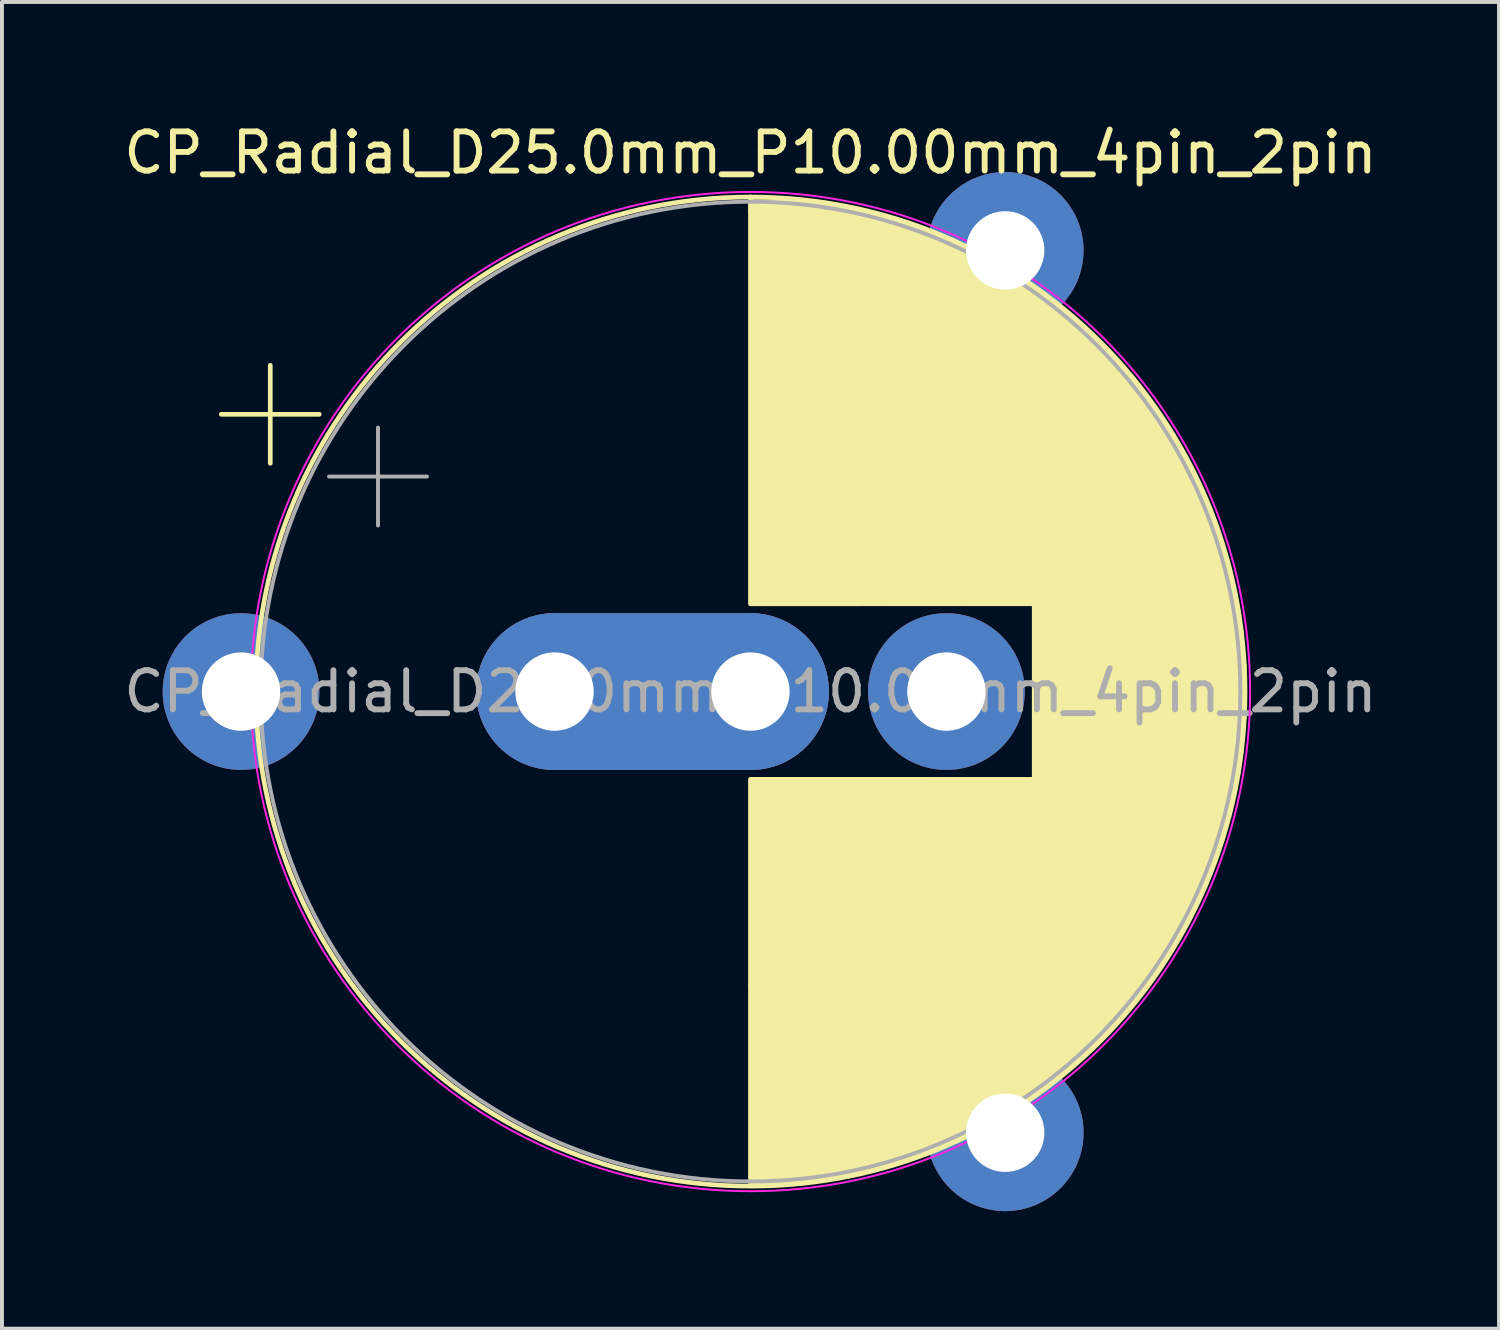
<source format=kicad_pcb>
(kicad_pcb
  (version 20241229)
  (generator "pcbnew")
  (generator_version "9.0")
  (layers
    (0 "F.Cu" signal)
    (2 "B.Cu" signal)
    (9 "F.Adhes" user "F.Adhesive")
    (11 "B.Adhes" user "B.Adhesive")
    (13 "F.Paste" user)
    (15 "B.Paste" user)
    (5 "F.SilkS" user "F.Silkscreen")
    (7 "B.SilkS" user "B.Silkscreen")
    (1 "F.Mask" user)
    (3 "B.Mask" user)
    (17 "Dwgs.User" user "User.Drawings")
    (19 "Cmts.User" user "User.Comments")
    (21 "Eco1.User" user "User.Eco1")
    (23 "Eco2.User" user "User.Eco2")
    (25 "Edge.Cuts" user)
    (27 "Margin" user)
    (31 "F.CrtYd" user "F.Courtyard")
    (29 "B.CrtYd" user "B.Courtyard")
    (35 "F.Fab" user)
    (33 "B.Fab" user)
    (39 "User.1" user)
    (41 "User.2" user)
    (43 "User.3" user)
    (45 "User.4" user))
  (footprint "CP_Radial_D25.0mm_P10.00mm_4pin_2pin"
    (layer "F.Cu")
    (at 11.101 14.598)
    (property "Reference" "CP_Radial_D25.0mm_P10.00mm_4pin_2pin" (at 5 -13.75 0) (layer "F.SilkS") (effects (font (size 1 1) (thickness 0.15))))
    (attr through_hole)
    (fp_line (start 0 0) (end 5 0) (stroke (width 4) (type default)) (layer "F.Cu"))
    (fp_line (start 0 0) (end 5 0) (stroke (width 4) (type default)) (layer "B.Cu"))
    (fp_line (start 0 0) (end 5 0) (stroke (width 4) (type default)) (layer "B.Mask"))
    (fp_line (start -8.504 -7.075) (end -6.004 -7.075) (stroke (width 0.12) (type solid)) (layer "F.SilkS"))
    (fp_line (start -7.254 -8.325) (end -7.254 -5.825) (stroke (width 0.12) (type solid)) (layer "F.SilkS"))
    (fp_line (start 5 -12.5) (end 6.5 -12.5) (stroke (width 0.12) (type default)) (layer "F.SilkS"))
    (fp_line (start 5 -12.4) (end 6.5 -12.4) (stroke (width 0.12) (type default)) (layer "F.SilkS"))
    (fp_line (start 5 -12.35) (end 6.45 -12.35) (stroke (width 0.12) (type default)) (layer "F.SilkS"))
    (fp_line (start 5 -12.25) (end 5 -12.62) (stroke (width 0.12) (type default)) (layer "F.SilkS"))
    (fp_line (start 5 7.49) (end 5 12.581) (stroke (width 0.12) (type solid)) (layer "F.SilkS"))
    (fp_line (start 5.04 7.49) (end 5.04 12.58) (stroke (width 0.12) (type solid)) (layer "F.SilkS"))
    (fp_line (start 5.08 7.49) (end 5.08 12.58) (stroke (width 0.12) (type solid)) (layer "F.SilkS"))
    (fp_line (start 5.12 7.49) (end 5.12 12.58) (stroke (width 0.12) (type solid)) (layer "F.SilkS"))
    (fp_line (start 5.16 7.49) (end 5.16 12.579) (stroke (width 0.12) (type solid)) (layer "F.SilkS"))
    (fp_line (start 5.2 7.49) (end 5.2 12.579) (stroke (width 0.12) (type solid)) (layer "F.SilkS"))
    (fp_line (start 5.24 7.49) (end 5.24 12.578) (stroke (width 0.12) (type solid)) (layer "F.SilkS"))
    (fp_line (start 5.28 7.49) (end 5.28 12.577) (stroke (width 0.12) (type solid)) (layer "F.SilkS"))
    (fp_line (start 5.32 7.49) (end 5.32 12.576) (stroke (width 0.12) (type solid)) (layer "F.SilkS"))
    (fp_line (start 5.36 7.49) (end 5.36 12.575) (stroke (width 0.12) (type solid)) (layer "F.SilkS"))
    (fp_line (start 5.4 7.49) (end 5.4 12.574) (stroke (width 0.12) (type solid)) (layer "F.SilkS"))
    (fp_line (start 5.44 7.49) (end 5.44 12.573) (stroke (width 0.12) (type solid)) (layer "F.SilkS"))
    (fp_line (start 5.48 7.49) (end 5.48 12.571) (stroke (width 0.12) (type solid)) (layer "F.SilkS"))
    (fp_line (start 5.52 7.49) (end 5.52 12.57) (stroke (width 0.12) (type solid)) (layer "F.SilkS"))
    (fp_line (start 5.56 7.49) (end 5.56 12.568) (stroke (width 0.12) (type solid)) (layer "F.SilkS"))
    (fp_line (start 5.6 7.49) (end 5.6 12.566) (stroke (width 0.12) (type solid)) (layer "F.SilkS"))
    (fp_line (start 5.64 7.49) (end 5.64 12.564) (stroke (width 0.12) (type solid)) (layer "F.SilkS"))
    (fp_line (start 5.68 7.49) (end 5.68 12.562) (stroke (width 0.12) (type solid)) (layer "F.SilkS"))
    (fp_line (start 5.721 7.49) (end 5.721 12.56) (stroke (width 0.12) (type solid)) (layer "F.SilkS"))
    (fp_line (start 5.761 7.49) (end 5.761 12.558) (stroke (width 0.12) (type solid)) (layer "F.SilkS"))
    (fp_line (start 5.801 7.49) (end 5.801 12.555) (stroke (width 0.12) (type solid)) (layer "F.SilkS"))
    (fp_line (start 5.841 7.49) (end 5.841 12.553) (stroke (width 0.12) (type solid)) (layer "F.SilkS"))
    (fp_line (start 5.881 7.49) (end 5.881 12.55) (stroke (width 0.12) (type solid)) (layer "F.SilkS"))
    (fp_line (start 5.921 7.49) (end 5.921 12.547) (stroke (width 0.12) (type solid)) (layer "F.SilkS"))
    (fp_line (start 5.961 7.49) (end 5.961 12.544) (stroke (width 0.12) (type solid)) (layer "F.SilkS"))
    (fp_line (start 6.001 7.49) (end 6.001 12.541) (stroke (width 0.12) (type solid)) (layer "F.SilkS"))
    (fp_line (start 6.041 7.49) (end 6.041 12.538) (stroke (width 0.12) (type solid)) (layer "F.SilkS"))
    (fp_line (start 6.081 7.49) (end 6.081 12.534) (stroke (width 0.12) (type solid)) (layer "F.SilkS"))
    (fp_line (start 6.121 7.49) (end 6.121 12.531) (stroke (width 0.12) (type solid)) (layer "F.SilkS"))
    (fp_line (start 6.161 7.49) (end 6.161 12.527) (stroke (width 0.12) (type solid)) (layer "F.SilkS"))
    (fp_line (start 6.201 7.49) (end 6.201 12.523) (stroke (width 0.12) (type solid)) (layer "F.SilkS"))
    (fp_line (start 6.241 7.49) (end 6.241 12.519) (stroke (width 0.12) (type solid)) (layer "F.SilkS"))
    (fp_line (start 6.281 7.49) (end 6.281 12.515) (stroke (width 0.12) (type solid)) (layer "F.SilkS"))
    (fp_line (start 6.321 7.49) (end 6.321 12.511) (stroke (width 0.12) (type solid)) (layer "F.SilkS"))
    (fp_line (start 6.361 7.49) (end 6.361 12.507) (stroke (width 0.12) (type solid)) (layer "F.SilkS"))
    (fp_line (start 6.401 7.49) (end 6.401 12.503) (stroke (width 0.12) (type solid)) (layer "F.SilkS"))
    (fp_line (start 6.441 7.49) (end 6.441 12.498) (stroke (width 0.12) (type solid)) (layer "F.SilkS"))
    (fp_line (start 6.481 7.49) (end 6.481 12.493) (stroke (width 0.12) (type solid)) (layer "F.SilkS"))
    (fp_line (start 6.5 -12.5) (end 6.5 -12.25) (stroke (width 0.12) (type default)) (layer "F.SilkS"))
    (fp_line (start 6.5 -12.5) (end 7.55 -12.3) (stroke (width 0.12) (type default)) (layer "F.SilkS"))
    (fp_line (start 6.521 7.49) (end 6.521 12.489) (stroke (width 0.12) (type solid)) (layer "F.SilkS"))
    (fp_line (start 6.55 -12.4) (end 6.8 -12.3) (stroke (width 0.12) (type default)) (layer "F.SilkS"))
    (fp_line (start 6.561 7.49) (end 6.561 12.484) (stroke (width 0.12) (type solid)) (layer "F.SilkS"))
    (fp_line (start 6.601 7.49) (end 6.601 12.479) (stroke (width 0.12) (type solid)) (layer "F.SilkS"))
    (fp_line (start 6.641 7.49) (end 6.641 12.473) (stroke (width 0.12) (type solid)) (layer "F.SilkS"))
    (fp_line (start 6.681 7.49) (end 6.681 12.468) (stroke (width 0.12) (type solid)) (layer "F.SilkS"))
    (fp_line (start 6.721 7.49) (end 6.721 12.463) (stroke (width 0.12) (type solid)) (layer "F.SilkS"))
    (fp_line (start 6.761 7.49) (end 6.761 12.457) (stroke (width 0.12) (type solid)) (layer "F.SilkS"))
    (fp_line (start 6.8 -12.3) (end 6.5 -12.35) (stroke (width 0.12) (type default)) (layer "F.SilkS"))
    (fp_line (start 6.801 7.49) (end 6.801 12.451) (stroke (width 0.12) (type solid)) (layer "F.SilkS"))
    (fp_line (start 6.841 7.49) (end 6.841 12.446) (stroke (width 0.12) (type solid)) (layer "F.SilkS"))
    (fp_line (start 6.881 7.49) (end 6.881 12.44) (stroke (width 0.12) (type solid)) (layer "F.SilkS"))
    (fp_line (start 6.921 7.49) (end 6.921 12.434) (stroke (width 0.12) (type solid)) (layer "F.SilkS"))
    (fp_line (start 6.961 7.49) (end 6.961 12.427) (stroke (width 0.12) (type solid)) (layer "F.SilkS"))
    (fp_line (start 7.001 7.49) (end 7.001 12.421) (stroke (width 0.12) (type solid)) (layer "F.SilkS"))
    (fp_line (start 7.041 7.49) (end 7.041 12.415) (stroke (width 0.12) (type solid)) (layer "F.SilkS"))
    (fp_line (start 7.081 7.49) (end 7.081 12.408) (stroke (width 0.12) (type solid)) (layer "F.SilkS"))
    (fp_line (start 7.121 7.49) (end 7.121 12.401) (stroke (width 0.12) (type solid)) (layer "F.SilkS"))
    (fp_line (start 7.161 7.49) (end 7.161 12.394) (stroke (width 0.12) (type solid)) (layer "F.SilkS"))
    (fp_line (start 7.201 7.49) (end 7.201 12.387) (stroke (width 0.12) (type solid)) (layer "F.SilkS"))
    (fp_line (start 7.241 7.49) (end 7.241 12.38) (stroke (width 0.12) (type solid)) (layer "F.SilkS"))
    (fp_line (start 7.281 7.49) (end 7.281 12.373) (stroke (width 0.12) (type solid)) (layer "F.SilkS"))
    (fp_line (start 7.321 7.49) (end 7.321 12.365) (stroke (width 0.12) (type solid)) (layer "F.SilkS"))
    (fp_line (start 7.361 7.49) (end 7.361 12.358) (stroke (width 0.12) (type solid)) (layer "F.SilkS"))
    (fp_line (start 7.401 7.49) (end 7.401 12.35) (stroke (width 0.12) (type solid)) (layer "F.SilkS"))
    (fp_line (start 7.441 7.49) (end 7.441 12.342) (stroke (width 0.12) (type solid)) (layer "F.SilkS"))
    (fp_line (start 7.481 7.49) (end 7.481 12.334) (stroke (width 0.12) (type solid)) (layer "F.SilkS"))
    (fp_line (start 7.521 7.49) (end 7.521 12.326) (stroke (width 0.12) (type solid)) (layer "F.SilkS"))
    (fp_line (start 7.55 -12.3) (end 6.55 -12.4) (stroke (width 0.12) (type default)) (layer "F.SilkS"))
    (fp_line (start 7.561 7.49) (end 7.561 12.318) (stroke (width 0.12) (type solid)) (layer "F.SilkS"))
    (fp_line (start 7.601 7.49) (end 7.601 12.31) (stroke (width 0.12) (type solid)) (layer "F.SilkS"))
    (fp_line (start 7.641 7.49) (end 7.641 12.301) (stroke (width 0.12) (type solid)) (layer "F.SilkS"))
    (fp_line (start 7.681 7.49) (end 7.681 12.293) (stroke (width 0.12) (type solid)) (layer "F.SilkS"))
    (fp_line (start 7.721 7.49) (end 7.721 12.284) (stroke (width 0.12) (type solid)) (layer "F.SilkS"))
    (fp_line (start 7.761 -12.275) (end 7.761 -2.24) (stroke (width 0.12) (type solid)) (layer "F.SilkS"))
    (fp_line (start 7.761 7.49) (end 7.761 12.275) (stroke (width 0.12) (type solid)) (layer "F.SilkS"))
    (fp_line (start 7.801 -12.266) (end 7.801 -2.24) (stroke (width 0.12) (type solid)) (layer "F.SilkS"))
    (fp_line (start 7.801 7.49) (end 7.801 12.266) (stroke (width 0.12) (type solid)) (layer "F.SilkS"))
    (fp_line (start 7.841 -12.257) (end 7.841 -2.24) (stroke (width 0.12) (type solid)) (layer "F.SilkS"))
    (fp_line (start 7.841 7.49) (end 7.841 12.257) (stroke (width 0.12) (type solid)) (layer "F.SilkS"))
    (fp_line (start 7.881 -12.247) (end 7.881 -2.24) (stroke (width 0.12) (type solid)) (layer "F.SilkS"))
    (fp_line (start 7.881 7.49) (end 7.881 12.247) (stroke (width 0.12) (type solid)) (layer "F.SilkS"))
    (fp_line (start 7.921 -12.238) (end 7.921 -2.24) (stroke (width 0.12) (type solid)) (layer "F.SilkS"))
    (fp_line (start 7.921 7.49) (end 7.921 12.238) (stroke (width 0.12) (type solid)) (layer "F.SilkS"))
    (fp_line (start 7.961 -12.228) (end 7.961 -2.24) (stroke (width 0.12) (type solid)) (layer "F.SilkS"))
    (fp_line (start 7.961 7.49) (end 7.961 12.228) (stroke (width 0.12) (type solid)) (layer "F.SilkS"))
    (fp_line (start 8.001 -12.219) (end 8.001 -2.24) (stroke (width 0.12) (type solid)) (layer "F.SilkS"))
    (fp_line (start 8.001 7.49) (end 8.001 12.219) (stroke (width 0.12) (type solid)) (layer "F.SilkS"))
    (fp_line (start 8.041 -12.209) (end 8.041 -2.24) (stroke (width 0.12) (type solid)) (layer "F.SilkS"))
    (fp_line (start 8.041 7.49) (end 8.041 12.209) (stroke (width 0.12) (type solid)) (layer "F.SilkS"))
    (fp_line (start 8.081 -12.199) (end 8.081 -2.24) (stroke (width 0.12) (type solid)) (layer "F.SilkS"))
    (fp_line (start 8.081 7.49) (end 8.081 12.199) (stroke (width 0.12) (type solid)) (layer "F.SilkS"))
    (fp_line (start 8.121 -12.189) (end 8.121 -2.24) (stroke (width 0.12) (type solid)) (layer "F.SilkS"))
    (fp_line (start 8.121 7.49) (end 8.121 12.189) (stroke (width 0.12) (type solid)) (layer "F.SilkS"))
    (fp_line (start 8.161 -12.178) (end 8.161 -2.24) (stroke (width 0.12) (type solid)) (layer "F.SilkS"))
    (fp_line (start 8.161 7.49) (end 8.161 12.178) (stroke (width 0.12) (type solid)) (layer "F.SilkS"))
    (fp_line (start 8.201 -12.168) (end 8.201 -2.24) (stroke (width 0.12) (type solid)) (layer "F.SilkS"))
    (fp_line (start 8.201 7.49) (end 8.201 12.168) (stroke (width 0.12) (type solid)) (layer "F.SilkS"))
    (fp_line (start 8.241 -12.157) (end 8.241 -2.24) (stroke (width 0.12) (type solid)) (layer "F.SilkS"))
    (fp_line (start 8.241 7.49) (end 8.241 12.157) (stroke (width 0.12) (type solid)) (layer "F.SilkS"))
    (fp_line (start 8.281 -12.147) (end 8.281 -2.24) (stroke (width 0.12) (type solid)) (layer "F.SilkS"))
    (fp_line (start 8.281 7.49) (end 8.281 12.147) (stroke (width 0.12) (type solid)) (layer "F.SilkS"))
    (fp_line (start 8.321 -12.136) (end 8.321 -2.24) (stroke (width 0.12) (type solid)) (layer "F.SilkS"))
    (fp_line (start 8.321 7.49) (end 8.321 12.136) (stroke (width 0.12) (type solid)) (layer "F.SilkS"))
    (fp_line (start 8.361 -12.125) (end 8.361 -2.24) (stroke (width 0.12) (type solid)) (layer "F.SilkS"))
    (fp_line (start 8.361 7.49) (end 8.361 12.125) (stroke (width 0.12) (type solid)) (layer "F.SilkS"))
    (fp_line (start 8.401 -12.114) (end 8.401 -2.24) (stroke (width 0.12) (type solid)) (layer "F.SilkS"))
    (fp_line (start 8.401 7.49) (end 8.401 12.114) (stroke (width 0.12) (type solid)) (layer "F.SilkS"))
    (fp_line (start 8.441 -12.103) (end 8.441 -2.24) (stroke (width 0.12) (type solid)) (layer "F.SilkS"))
    (fp_line (start 8.441 7.49) (end 8.441 12.103) (stroke (width 0.12) (type solid)) (layer "F.SilkS"))
    (fp_line (start 8.481 -12.091) (end 8.481 -2.24) (stroke (width 0.12) (type solid)) (layer "F.SilkS"))
    (fp_line (start 8.481 7.49) (end 8.481 12.091) (stroke (width 0.12) (type solid)) (layer "F.SilkS"))
    (fp_line (start 8.521 -12.08) (end 8.521 -2.24) (stroke (width 0.12) (type solid)) (layer "F.SilkS"))
    (fp_line (start 8.521 7.49) (end 8.521 12.08) (stroke (width 0.12) (type solid)) (layer "F.SilkS"))
    (fp_line (start 8.561 -12.068) (end 8.561 -2.24) (stroke (width 0.12) (type solid)) (layer "F.SilkS"))
    (fp_line (start 8.561 7.49) (end 8.561 12.068) (stroke (width 0.12) (type solid)) (layer "F.SilkS"))
    (fp_line (start 8.601 -12.056) (end 8.601 -2.24) (stroke (width 0.12) (type solid)) (layer "F.SilkS"))
    (fp_line (start 8.601 7.49) (end 8.601 12.056) (stroke (width 0.12) (type solid)) (layer "F.SilkS"))
    (fp_line (start 8.641 -12.044) (end 8.641 -2.24) (stroke (width 0.12) (type solid)) (layer "F.SilkS"))
    (fp_line (start 8.641 7.49) (end 8.641 12.044) (stroke (width 0.12) (type solid)) (layer "F.SilkS"))
    (fp_line (start 8.681 -12.032) (end 8.681 -2.24) (stroke (width 0.12) (type solid)) (layer "F.SilkS"))
    (fp_line (start 8.681 7.49) (end 8.681 12.032) (stroke (width 0.12) (type solid)) (layer "F.SilkS"))
    (fp_line (start 8.721 -12.02) (end 8.721 -2.24) (stroke (width 0.12) (type solid)) (layer "F.SilkS"))
    (fp_line (start 8.721 7.49) (end 8.721 12.02) (stroke (width 0.12) (type solid)) (layer "F.SilkS"))
    (fp_line (start 8.761 -12.007) (end 8.761 -2.24) (stroke (width 0.12) (type solid)) (layer "F.SilkS"))
    (fp_line (start 8.761 7.49) (end 8.761 12.007) (stroke (width 0.12) (type solid)) (layer "F.SilkS"))
    (fp_line (start 8.801 -11.995) (end 8.801 -2.24) (stroke (width 0.12) (type solid)) (layer "F.SilkS"))
    (fp_line (start 8.801 7.49) (end 8.801 11.995) (stroke (width 0.12) (type solid)) (layer "F.SilkS"))
    (fp_line (start 8.841 -11.982) (end 8.841 -2.24) (stroke (width 0.12) (type solid)) (layer "F.SilkS"))
    (fp_line (start 8.841 7.49) (end 8.841 11.982) (stroke (width 0.12) (type solid)) (layer "F.SilkS"))
    (fp_line (start 8.881 -11.969) (end 8.881 -2.24) (stroke (width 0.12) (type solid)) (layer "F.SilkS"))
    (fp_line (start 8.881 7.49) (end 8.881 11.969) (stroke (width 0.12) (type solid)) (layer "F.SilkS"))
    (fp_line (start 8.921 -11.956) (end 8.921 -2.24) (stroke (width 0.12) (type solid)) (layer "F.SilkS"))
    (fp_line (start 8.921 7.49) (end 8.921 11.956) (stroke (width 0.12) (type solid)) (layer "F.SilkS"))
    (fp_line (start 8.961 -11.943) (end 8.961 -2.24) (stroke (width 0.12) (type solid)) (layer "F.SilkS"))
    (fp_line (start 8.961 7.49) (end 8.961 11.943) (stroke (width 0.12) (type solid)) (layer "F.SilkS"))
    (fp_line (start 9.001 -11.93) (end 9.001 -2.24) (stroke (width 0.12) (type solid)) (layer "F.SilkS"))
    (fp_line (start 9.001 7.49) (end 9.001 11.93) (stroke (width 0.12) (type solid)) (layer "F.SilkS"))
    (fp_line (start 9.041 -11.916) (end 9.041 -2.24) (stroke (width 0.12) (type solid)) (layer "F.SilkS"))
    (fp_line (start 9.041 7.49) (end 9.041 11.916) (stroke (width 0.12) (type solid)) (layer "F.SilkS"))
    (fp_line (start 9.081 -11.903) (end 9.081 -2.24) (stroke (width 0.12) (type solid)) (layer "F.SilkS"))
    (fp_line (start 9.081 7.49) (end 9.081 11.903) (stroke (width 0.12) (type solid)) (layer "F.SilkS"))
    (fp_line (start 9.121 -11.889) (end 9.121 -2.24) (stroke (width 0.12) (type solid)) (layer "F.SilkS"))
    (fp_line (start 9.121 7.49) (end 9.121 11.889) (stroke (width 0.12) (type solid)) (layer "F.SilkS"))
    (fp_line (start 9.161 -11.875) (end 9.161 -2.24) (stroke (width 0.12) (type solid)) (layer "F.SilkS"))
    (fp_line (start 9.161 7.49) (end 9.161 11.875) (stroke (width 0.12) (type solid)) (layer "F.SilkS"))
    (fp_line (start 9.201 -11.861) (end 9.201 -2.24) (stroke (width 0.12) (type solid)) (layer "F.SilkS"))
    (fp_line (start 9.201 7.49) (end 9.201 11.861) (stroke (width 0.12) (type solid)) (layer "F.SilkS"))
    (fp_line (start 9.241 -11.847) (end 9.241 -2.24) (stroke (width 0.12) (type solid)) (layer "F.SilkS"))
    (fp_line (start 9.241 7.49) (end 9.241 11.847) (stroke (width 0.12) (type solid)) (layer "F.SilkS"))
    (fp_line (start 9.281 -11.833) (end 9.281 -2.24) (stroke (width 0.12) (type solid)) (layer "F.SilkS"))
    (fp_line (start 9.281 7.49) (end 9.281 11.833) (stroke (width 0.12) (type solid)) (layer "F.SilkS"))
    (fp_line (start 9.321 -11.818) (end 9.321 -2.24) (stroke (width 0.12) (type solid)) (layer "F.SilkS"))
    (fp_line (start 9.321 7.49) (end 9.321 11.818) (stroke (width 0.12) (type solid)) (layer "F.SilkS"))
    (fp_line (start 9.361 -11.803) (end 9.361 -2.24) (stroke (width 0.12) (type solid)) (layer "F.SilkS"))
    (fp_line (start 9.361 7.49) (end 9.361 11.803) (stroke (width 0.12) (type solid)) (layer "F.SilkS"))
    (fp_line (start 9.401 -11.789) (end 9.401 -2.24) (stroke (width 0.12) (type solid)) (layer "F.SilkS"))
    (fp_line (start 9.401 7.49) (end 9.401 11.789) (stroke (width 0.12) (type solid)) (layer "F.SilkS"))
    (fp_line (start 9.441 -11.774) (end 9.441 -2.24) (stroke (width 0.12) (type solid)) (layer "F.SilkS"))
    (fp_line (start 9.441 2.24) (end 9.441 11.774) (stroke (width 0.12) (type solid)) (layer "F.SilkS"))
    (fp_line (start 9.481 -11.759) (end 9.481 -2.24) (stroke (width 0.12) (type solid)) (layer "F.SilkS"))
    (fp_line (start 9.481 2.24) (end 9.481 11.759) (stroke (width 0.12) (type solid)) (layer "F.SilkS"))
    (fp_line (start 9.521 -11.743) (end 9.521 -2.24) (stroke (width 0.12) (type solid)) (layer "F.SilkS"))
    (fp_line (start 9.521 2.24) (end 9.521 11.743) (stroke (width 0.12) (type solid)) (layer "F.SilkS"))
    (fp_line (start 9.561 -11.728) (end 9.561 -2.24) (stroke (width 0.12) (type solid)) (layer "F.SilkS"))
    (fp_line (start 9.561 2.24) (end 9.561 11.728) (stroke (width 0.12) (type solid)) (layer "F.SilkS"))
    (fp_line (start 9.601 -11.712) (end 9.601 -2.24) (stroke (width 0.12) (type solid)) (layer "F.SilkS"))
    (fp_line (start 9.601 2.24) (end 9.601 11.712) (stroke (width 0.12) (type solid)) (layer "F.SilkS"))
    (fp_line (start 9.641 -11.697) (end 9.641 -2.24) (stroke (width 0.12) (type solid)) (layer "F.SilkS"))
    (fp_line (start 9.641 2.24) (end 9.641 11.697) (stroke (width 0.12) (type solid)) (layer "F.SilkS"))
    (fp_line (start 9.681 -11.681) (end 9.681 -2.24) (stroke (width 0.12) (type solid)) (layer "F.SilkS"))
    (fp_line (start 9.681 2.24) (end 9.681 11.681) (stroke (width 0.12) (type solid)) (layer "F.SilkS"))
    (fp_line (start 9.721 -11.665) (end 9.721 -2.24) (stroke (width 0.12) (type solid)) (layer "F.SilkS"))
    (fp_line (start 9.721 2.24) (end 9.721 11.665) (stroke (width 0.12) (type solid)) (layer "F.SilkS"))
    (fp_line (start 9.761 -11.648) (end 9.761 -2.24) (stroke (width 0.12) (type solid)) (layer "F.SilkS"))
    (fp_line (start 9.761 2.24) (end 9.761 11.648) (stroke (width 0.12) (type solid)) (layer "F.SilkS"))
    (fp_line (start 9.801 -11.632) (end 9.801 -2.24) (stroke (width 0.12) (type solid)) (layer "F.SilkS"))
    (fp_line (start 9.801 2.24) (end 9.801 11.632) (stroke (width 0.12) (type solid)) (layer "F.SilkS"))
    (fp_line (start 9.841 -11.615) (end 9.841 -2.24) (stroke (width 0.12) (type solid)) (layer "F.SilkS"))
    (fp_line (start 9.841 2.24) (end 9.841 11.615) (stroke (width 0.12) (type solid)) (layer "F.SilkS"))
    (fp_line (start 9.881 -11.599) (end 9.881 -2.24) (stroke (width 0.12) (type solid)) (layer "F.SilkS"))
    (fp_line (start 9.881 2.24) (end 9.881 11.599) (stroke (width 0.12) (type solid)) (layer "F.SilkS"))
    (fp_line (start 9.921 -11.582) (end 9.921 -2.24) (stroke (width 0.12) (type solid)) (layer "F.SilkS"))
    (fp_line (start 9.921 2.24) (end 9.921 11.582) (stroke (width 0.12) (type solid)) (layer "F.SilkS"))
    (fp_line (start 9.961 -11.565) (end 9.961 -2.24) (stroke (width 0.12) (type solid)) (layer "F.SilkS"))
    (fp_line (start 9.961 2.24) (end 9.961 11.565) (stroke (width 0.12) (type solid)) (layer "F.SilkS"))
    (fp_line (start 10.001 -11.548) (end 10.001 -2.24) (stroke (width 0.12) (type solid)) (layer "F.SilkS"))
    (fp_line (start 10.001 2.24) (end 10.001 11.548) (stroke (width 0.12) (type solid)) (layer "F.SilkS"))
    (fp_line (start 10.041 -11.53) (end 10.041 -2.24) (stroke (width 0.12) (type solid)) (layer "F.SilkS"))
    (fp_line (start 10.041 2.24) (end 10.041 11.53) (stroke (width 0.12) (type solid)) (layer "F.SilkS"))
    (fp_line (start 10.081 -11.513) (end 10.081 -2.24) (stroke (width 0.12) (type solid)) (layer "F.SilkS"))
    (fp_line (start 10.081 2.24) (end 10.081 11.513) (stroke (width 0.12) (type solid)) (layer "F.SilkS"))
    (fp_line (start 10.121 -11.495) (end 10.121 -2.24) (stroke (width 0.12) (type solid)) (layer "F.SilkS"))
    (fp_line (start 10.121 2.24) (end 10.121 11.495) (stroke (width 0.12) (type solid)) (layer "F.SilkS"))
    (fp_line (start 10.161 -11.477) (end 10.161 -2.24) (stroke (width 0.12) (type solid)) (layer "F.SilkS"))
    (fp_line (start 10.161 2.24) (end 10.161 11.477) (stroke (width 0.12) (type solid)) (layer "F.SilkS"))
    (fp_line (start 10.201 -11.459) (end 10.201 -2.24) (stroke (width 0.12) (type solid)) (layer "F.SilkS"))
    (fp_line (start 10.201 2.24) (end 10.201 11.459) (stroke (width 0.12) (type solid)) (layer "F.SilkS"))
    (fp_line (start 10.241 -11.441) (end 10.241 -2.24) (stroke (width 0.12) (type solid)) (layer "F.SilkS"))
    (fp_line (start 10.241 2.24) (end 10.241 11.441) (stroke (width 0.12) (type solid)) (layer "F.SilkS"))
    (fp_line (start 10.281 -11.423) (end 10.281 -2.24) (stroke (width 0.12) (type solid)) (layer "F.SilkS"))
    (fp_line (start 10.281 2.24) (end 10.281 11.423) (stroke (width 0.12) (type solid)) (layer "F.SilkS"))
    (fp_line (start 10.321 -11.404) (end 10.321 -2.24) (stroke (width 0.12) (type solid)) (layer "F.SilkS"))
    (fp_line (start 10.321 2.24) (end 10.321 11.404) (stroke (width 0.12) (type solid)) (layer "F.SilkS"))
    (fp_line (start 10.361 -11.386) (end 10.361 -2.24) (stroke (width 0.12) (type solid)) (layer "F.SilkS"))
    (fp_line (start 10.361 2.24) (end 10.361 11.386) (stroke (width 0.12) (type solid)) (layer "F.SilkS"))
    (fp_line (start 10.401 -11.367) (end 10.401 -2.24) (stroke (width 0.12) (type solid)) (layer "F.SilkS"))
    (fp_line (start 10.401 2.24) (end 10.401 11.367) (stroke (width 0.12) (type solid)) (layer "F.SilkS"))
    (fp_line (start 10.441 -11.348) (end 10.441 -2.24) (stroke (width 0.12) (type solid)) (layer "F.SilkS"))
    (fp_line (start 10.441 2.24) (end 10.441 11.348) (stroke (width 0.12) (type solid)) (layer "F.SilkS"))
    (fp_line (start 10.481 -11.329) (end 10.481 -2.24) (stroke (width 0.12) (type solid)) (layer "F.SilkS"))
    (fp_line (start 10.481 2.24) (end 10.481 11.329) (stroke (width 0.12) (type solid)) (layer "F.SilkS"))
    (fp_line (start 10.521 -11.309) (end 10.521 -2.24) (stroke (width 0.12) (type solid)) (layer "F.SilkS"))
    (fp_line (start 10.521 2.24) (end 10.521 11.309) (stroke (width 0.12) (type solid)) (layer "F.SilkS"))
    (fp_line (start 10.561 -11.29) (end 10.561 -2.24) (stroke (width 0.12) (type solid)) (layer "F.SilkS"))
    (fp_line (start 10.561 2.24) (end 10.561 11.29) (stroke (width 0.12) (type solid)) (layer "F.SilkS"))
    (fp_line (start 10.601 -11.27) (end 10.601 -2.24) (stroke (width 0.12) (type solid)) (layer "F.SilkS"))
    (fp_line (start 10.601 2.24) (end 10.601 11.27) (stroke (width 0.12) (type solid)) (layer "F.SilkS"))
    (fp_line (start 10.641 -11.25) (end 10.641 -2.24) (stroke (width 0.12) (type solid)) (layer "F.SilkS"))
    (fp_line (start 10.641 2.24) (end 10.641 11.25) (stroke (width 0.12) (type solid)) (layer "F.SilkS"))
    (fp_line (start 10.681 -11.23) (end 10.681 -2.24) (stroke (width 0.12) (type solid)) (layer "F.SilkS"))
    (fp_line (start 10.681 2.24) (end 10.681 11.23) (stroke (width 0.12) (type solid)) (layer "F.SilkS"))
    (fp_line (start 10.721 -11.21) (end 10.721 -2.24) (stroke (width 0.12) (type solid)) (layer "F.SilkS"))
    (fp_line (start 10.721 2.24) (end 10.721 11.21) (stroke (width 0.12) (type solid)) (layer "F.SilkS"))
    (fp_line (start 10.761 -11.189) (end 10.761 -2.24) (stroke (width 0.12) (type solid)) (layer "F.SilkS"))
    (fp_line (start 10.761 2.24) (end 10.761 11.189) (stroke (width 0.12) (type solid)) (layer "F.SilkS"))
    (fp_line (start 10.801 -11.169) (end 10.801 -2.24) (stroke (width 0.12) (type solid)) (layer "F.SilkS"))
    (fp_line (start 10.801 2.24) (end 10.801 11.169) (stroke (width 0.12) (type solid)) (layer "F.SilkS"))
    (fp_line (start 10.841 -11.148) (end 10.841 -2.24) (stroke (width 0.12) (type solid)) (layer "F.SilkS"))
    (fp_line (start 10.841 2.24) (end 10.841 11.148) (stroke (width 0.12) (type solid)) (layer "F.SilkS"))
    (fp_line (start 10.881 -11.127) (end 10.881 -2.24) (stroke (width 0.12) (type solid)) (layer "F.SilkS"))
    (fp_line (start 10.881 2.24) (end 10.881 11.127) (stroke (width 0.12) (type solid)) (layer "F.SilkS"))
    (fp_line (start 10.921 -11.106) (end 10.921 -2.24) (stroke (width 0.12) (type solid)) (layer "F.SilkS"))
    (fp_line (start 10.921 2.24) (end 10.921 11.106) (stroke (width 0.12) (type solid)) (layer "F.SilkS"))
    (fp_line (start 10.961 -11.084) (end 10.961 -2.24) (stroke (width 0.12) (type solid)) (layer "F.SilkS"))
    (fp_line (start 10.961 2.24) (end 10.961 11.084) (stroke (width 0.12) (type solid)) (layer "F.SilkS"))
    (fp_line (start 11.001 -11.063) (end 11.001 -2.24) (stroke (width 0.12) (type solid)) (layer "F.SilkS"))
    (fp_line (start 11.001 2.24) (end 11.001 11.063) (stroke (width 0.12) (type solid)) (layer "F.SilkS"))
    (fp_line (start 11.041 -11.041) (end 11.041 -2.24) (stroke (width 0.12) (type solid)) (layer "F.SilkS"))
    (fp_line (start 11.041 2.24) (end 11.041 11.041) (stroke (width 0.12) (type solid)) (layer "F.SilkS"))
    (fp_line (start 11.081 -11.019) (end 11.081 -2.24) (stroke (width 0.12) (type solid)) (layer "F.SilkS"))
    (fp_line (start 11.081 2.24) (end 11.081 11.019) (stroke (width 0.12) (type solid)) (layer "F.SilkS"))
    (fp_line (start 11.121 -10.997) (end 11.121 -2.24) (stroke (width 0.12) (type solid)) (layer "F.SilkS"))
    (fp_line (start 11.121 2.24) (end 11.121 10.997) (stroke (width 0.12) (type solid)) (layer "F.SilkS"))
    (fp_line (start 11.161 -10.975) (end 11.161 -2.24) (stroke (width 0.12) (type solid)) (layer "F.SilkS"))
    (fp_line (start 11.161 2.24) (end 11.161 10.975) (stroke (width 0.12) (type solid)) (layer "F.SilkS"))
    (fp_line (start 11.201 -10.953) (end 11.201 -2.24) (stroke (width 0.12) (type solid)) (layer "F.SilkS"))
    (fp_line (start 11.201 2.24) (end 11.201 10.953) (stroke (width 0.12) (type solid)) (layer "F.SilkS"))
    (fp_line (start 11.241 -10.93) (end 11.241 -2.24) (stroke (width 0.12) (type solid)) (layer "F.SilkS"))
    (fp_line (start 11.241 2.24) (end 11.241 10.93) (stroke (width 0.12) (type solid)) (layer "F.SilkS"))
    (fp_line (start 11.281 -10.907) (end 11.281 -2.24) (stroke (width 0.12) (type solid)) (layer "F.SilkS"))
    (fp_line (start 11.281 2.24) (end 11.281 10.907) (stroke (width 0.12) (type solid)) (layer "F.SilkS"))
    (fp_line (start 11.321 -10.884) (end 11.321 -2.24) (stroke (width 0.12) (type solid)) (layer "F.SilkS"))
    (fp_line (start 11.321 2.24) (end 11.321 10.884) (stroke (width 0.12) (type solid)) (layer "F.SilkS"))
    (fp_line (start 11.361 -10.861) (end 11.361 -2.24) (stroke (width 0.12) (type solid)) (layer "F.SilkS"))
    (fp_line (start 11.361 2.24) (end 11.361 10.861) (stroke (width 0.12) (type solid)) (layer "F.SilkS"))
    (fp_line (start 11.401 -10.837) (end 11.401 -2.24) (stroke (width 0.12) (type solid)) (layer "F.SilkS"))
    (fp_line (start 11.401 2.24) (end 11.401 10.837) (stroke (width 0.12) (type solid)) (layer "F.SilkS"))
    (fp_line (start 11.441 -10.814) (end 11.441 -2.24) (stroke (width 0.12) (type solid)) (layer "F.SilkS"))
    (fp_line (start 11.441 2.24) (end 11.441 10.814) (stroke (width 0.12) (type solid)) (layer "F.SilkS"))
    (fp_line (start 11.481 -10.79) (end 11.481 -2.24) (stroke (width 0.12) (type solid)) (layer "F.SilkS"))
    (fp_line (start 11.481 2.24) (end 11.481 10.79) (stroke (width 0.12) (type solid)) (layer "F.SilkS"))
    (fp_line (start 11.521 -10.766) (end 11.521 -2.24) (stroke (width 0.12) (type solid)) (layer "F.SilkS"))
    (fp_line (start 11.521 2.24) (end 11.521 10.766) (stroke (width 0.12) (type solid)) (layer "F.SilkS"))
    (fp_line (start 11.561 -10.742) (end 11.561 -2.24) (stroke (width 0.12) (type solid)) (layer "F.SilkS"))
    (fp_line (start 11.561 2.24) (end 11.561 10.742) (stroke (width 0.12) (type solid)) (layer "F.SilkS"))
    (fp_line (start 11.601 -10.717) (end 11.601 -2.24) (stroke (width 0.12) (type solid)) (layer "F.SilkS"))
    (fp_line (start 11.601 2.24) (end 11.601 10.717) (stroke (width 0.12) (type solid)) (layer "F.SilkS"))
    (fp_line (start 11.641 -10.692) (end 11.641 -2.24) (stroke (width 0.12) (type solid)) (layer "F.SilkS"))
    (fp_line (start 11.641 2.24) (end 11.641 10.692) (stroke (width 0.12) (type solid)) (layer "F.SilkS"))
    (fp_line (start 11.681 -10.668) (end 11.681 -2.24) (stroke (width 0.12) (type solid)) (layer "F.SilkS"))
    (fp_line (start 11.681 2.24) (end 11.681 10.668) (stroke (width 0.12) (type solid)) (layer "F.SilkS"))
    (fp_line (start 11.721 -10.643) (end 11.721 -2.24) (stroke (width 0.12) (type solid)) (layer "F.SilkS"))
    (fp_line (start 11.721 2.24) (end 11.721 10.643) (stroke (width 0.12) (type solid)) (layer "F.SilkS"))
    (fp_line (start 11.761 -10.617) (end 11.761 -2.24) (stroke (width 0.12) (type solid)) (layer "F.SilkS"))
    (fp_line (start 11.761 2.24) (end 11.761 10.617) (stroke (width 0.12) (type solid)) (layer "F.SilkS"))
    (fp_line (start 11.801 -10.592) (end 11.801 -2.24) (stroke (width 0.12) (type solid)) (layer "F.SilkS"))
    (fp_line (start 11.801 2.24) (end 11.801 10.592) (stroke (width 0.12) (type solid)) (layer "F.SilkS"))
    (fp_line (start 11.841 -10.566) (end 11.841 -2.24) (stroke (width 0.12) (type solid)) (layer "F.SilkS"))
    (fp_line (start 11.841 2.24) (end 11.841 10.566) (stroke (width 0.12) (type solid)) (layer "F.SilkS"))
    (fp_line (start 11.881 -10.54) (end 11.881 -2.24) (stroke (width 0.12) (type solid)) (layer "F.SilkS"))
    (fp_line (start 11.881 2.24) (end 11.881 10.54) (stroke (width 0.12) (type solid)) (layer "F.SilkS"))
    (fp_line (start 11.921 -10.514) (end 11.921 -2.24) (stroke (width 0.12) (type solid)) (layer "F.SilkS"))
    (fp_line (start 11.921 2.24) (end 11.921 10.514) (stroke (width 0.12) (type solid)) (layer "F.SilkS"))
    (fp_line (start 11.961 -10.488) (end 11.961 -2.24) (stroke (width 0.12) (type solid)) (layer "F.SilkS"))
    (fp_line (start 11.961 2.24) (end 11.961 10.488) (stroke (width 0.12) (type solid)) (layer "F.SilkS"))
    (fp_line (start 12.001 -10.461) (end 12.001 -2.24) (stroke (width 0.12) (type solid)) (layer "F.SilkS"))
    (fp_line (start 12.001 2.24) (end 12.001 10.461) (stroke (width 0.12) (type solid)) (layer "F.SilkS"))
    (fp_line (start 12.041 -10.434) (end 12.041 -2.24) (stroke (width 0.12) (type solid)) (layer "F.SilkS"))
    (fp_line (start 12.041 2.24) (end 12.041 10.434) (stroke (width 0.12) (type solid)) (layer "F.SilkS"))
    (fp_line (start 12.081 -10.407) (end 12.081 -2.24) (stroke (width 0.12) (type solid)) (layer "F.SilkS"))
    (fp_line (start 12.081 2.24) (end 12.081 10.407) (stroke (width 0.12) (type solid)) (layer "F.SilkS"))
    (fp_line (start 12.121 -10.38) (end 12.121 -2.24) (stroke (width 0.12) (type solid)) (layer "F.SilkS"))
    (fp_line (start 12.121 2.24) (end 12.121 10.38) (stroke (width 0.12) (type solid)) (layer "F.SilkS"))
    (fp_line (start 12.161 -10.353) (end 12.161 -2.24) (stroke (width 0.12) (type solid)) (layer "F.SilkS"))
    (fp_line (start 12.161 2.24) (end 12.161 10.353) (stroke (width 0.12) (type solid)) (layer "F.SilkS"))
    (fp_line (start 12.201 -10.325) (end 12.201 -2.24) (stroke (width 0.12) (type solid)) (layer "F.SilkS"))
    (fp_line (start 12.201 2.24) (end 12.201 10.325) (stroke (width 0.12) (type solid)) (layer "F.SilkS"))
    (fp_line (start 12.241 -10.297) (end 12.241 10.297) (stroke (width 0.12) (type solid)) (layer "F.SilkS"))
    (fp_line (start 12.281 -10.269) (end 12.281 10.269) (stroke (width 0.12) (type solid)) (layer "F.SilkS"))
    (fp_line (start 12.321 -10.241) (end 12.321 10.241) (stroke (width 0.12) (type solid)) (layer "F.SilkS"))
    (fp_line (start 12.361 -10.212) (end 12.361 10.212) (stroke (width 0.12) (type solid)) (layer "F.SilkS"))
    (fp_line (start 12.401 -10.183) (end 12.401 10.183) (stroke (width 0.12) (type solid)) (layer "F.SilkS"))
    (fp_line (start 12.441 -10.154) (end 12.441 10.154) (stroke (width 0.12) (type solid)) (layer "F.SilkS"))
    (fp_line (start 12.481 -10.125) (end 12.481 10.125) (stroke (width 0.12) (type solid)) (layer "F.SilkS"))
    (fp_line (start 12.521 -10.095) (end 12.521 10.095) (stroke (width 0.12) (type solid)) (layer "F.SilkS"))
    (fp_line (start 12.561 -10.065) (end 12.561 10.065) (stroke (width 0.12) (type solid)) (layer "F.SilkS"))
    (fp_line (start 12.601 -10.035) (end 12.601 10.035) (stroke (width 0.12) (type solid)) (layer "F.SilkS"))
    (fp_line (start 12.641 -10.005) (end 12.641 10.005) (stroke (width 0.12) (type solid)) (layer "F.SilkS"))
    (fp_line (start 12.681 -9.975) (end 12.681 9.975) (stroke (width 0.12) (type solid)) (layer "F.SilkS"))
    (fp_line (start 12.721 -9.944) (end 12.721 9.944) (stroke (width 0.12) (type solid)) (layer "F.SilkS"))
    (fp_line (start 12.761 -9.913) (end 12.761 9.913) (stroke (width 0.12) (type solid)) (layer "F.SilkS"))
    (fp_line (start 12.801 -9.881) (end 12.801 9.881) (stroke (width 0.12) (type solid)) (layer "F.SilkS"))
    (fp_line (start 12.841 -9.85) (end 12.841 9.85) (stroke (width 0.12) (type solid)) (layer "F.SilkS"))
    (fp_line (start 12.881 -9.818) (end 12.881 9.818) (stroke (width 0.12) (type solid)) (layer "F.SilkS"))
    (fp_line (start 12.921 -9.786) (end 12.921 9.786) (stroke (width 0.12) (type solid)) (layer "F.SilkS"))
    (fp_line (start 12.961 -9.753) (end 12.961 9.753) (stroke (width 0.12) (type solid)) (layer "F.SilkS"))
    (fp_line (start 13.001 -9.721) (end 13.001 9.721) (stroke (width 0.12) (type solid)) (layer "F.SilkS"))
    (fp_line (start 13.041 -9.688) (end 13.041 9.688) (stroke (width 0.12) (type solid)) (layer "F.SilkS"))
    (fp_line (start 13.081 -9.655) (end 13.081 9.655) (stroke (width 0.12) (type solid)) (layer "F.SilkS"))
    (fp_line (start 13.121 -9.621) (end 13.121 9.621) (stroke (width 0.12) (type solid)) (layer "F.SilkS"))
    (fp_line (start 13.161 -9.587) (end 13.161 9.587) (stroke (width 0.12) (type solid)) (layer "F.SilkS"))
    (fp_line (start 13.2 -9.553) (end 13.2 9.553) (stroke (width 0.12) (type solid)) (layer "F.SilkS"))
    (fp_line (start 13.24 -9.519) (end 13.24 9.519) (stroke (width 0.12) (type solid)) (layer "F.SilkS"))
    (fp_line (start 13.28 -9.484) (end 13.28 9.484) (stroke (width 0.12) (type solid)) (layer "F.SilkS"))
    (fp_line (start 13.32 -9.45) (end 13.32 9.45) (stroke (width 0.12) (type solid)) (layer "F.SilkS"))
    (fp_line (start 13.36 -9.414) (end 13.36 9.414) (stroke (width 0.12) (type solid)) (layer "F.SilkS"))
    (fp_line (start 13.4 -9.379) (end 13.4 9.379) (stroke (width 0.12) (type solid)) (layer "F.SilkS"))
    (fp_line (start 13.44 -9.343) (end 13.44 9.343) (stroke (width 0.12) (type solid)) (layer "F.SilkS"))
    (fp_line (start 13.48 -9.307) (end 13.48 9.307) (stroke (width 0.12) (type solid)) (layer "F.SilkS"))
    (fp_line (start 13.52 -9.27) (end 13.52 9.27) (stroke (width 0.12) (type solid)) (layer "F.SilkS"))
    (fp_line (start 13.56 -9.234) (end 13.56 9.234) (stroke (width 0.12) (type solid)) (layer "F.SilkS"))
    (fp_line (start 13.6 -9.197) (end 13.6 9.197) (stroke (width 0.12) (type solid)) (layer "F.SilkS"))
    (fp_line (start 13.64 -9.159) (end 13.64 9.159) (stroke (width 0.12) (type solid)) (layer "F.SilkS"))
    (fp_line (start 13.68 -9.121) (end 13.68 9.121) (stroke (width 0.12) (type solid)) (layer "F.SilkS"))
    (fp_line (start 13.72 -9.083) (end 13.72 9.083) (stroke (width 0.12) (type solid)) (layer "F.SilkS"))
    (fp_line (start 13.76 -9.045) (end 13.76 9.045) (stroke (width 0.12) (type solid)) (layer "F.SilkS"))
    (fp_line (start 13.8 -9.006) (end 13.8 9.006) (stroke (width 0.12) (type solid)) (layer "F.SilkS"))
    (fp_line (start 13.84 -8.967) (end 13.84 8.967) (stroke (width 0.12) (type solid)) (layer "F.SilkS"))
    (fp_line (start 13.88 -8.928) (end 13.88 8.928) (stroke (width 0.12) (type solid)) (layer "F.SilkS"))
    (fp_line (start 13.92 -8.888) (end 13.92 8.888) (stroke (width 0.12) (type solid)) (layer "F.SilkS"))
    (fp_line (start 13.96 -8.848) (end 13.96 8.848) (stroke (width 0.12) (type solid)) (layer "F.SilkS"))
    (fp_line (start 14 -8.807) (end 14 8.807) (stroke (width 0.12) (type solid)) (layer "F.SilkS"))
    (fp_line (start 14.04 -8.766) (end 14.04 8.766) (stroke (width 0.12) (type solid)) (layer "F.SilkS"))
    (fp_line (start 14.08 -8.725) (end 14.08 8.725) (stroke (width 0.12) (type solid)) (layer "F.SilkS"))
    (fp_line (start 14.12 -8.683) (end 14.12 8.683) (stroke (width 0.12) (type solid)) (layer "F.SilkS"))
    (fp_line (start 14.16 -8.641) (end 14.16 8.641) (stroke (width 0.12) (type solid)) (layer "F.SilkS"))
    (fp_line (start 14.2 -8.599) (end 14.2 8.599) (stroke (width 0.12) (type solid)) (layer "F.SilkS"))
    (fp_line (start 14.24 -8.556) (end 14.24 8.556) (stroke (width 0.12) (type solid)) (layer "F.SilkS"))
    (fp_line (start 14.28 -8.513) (end 14.28 8.513) (stroke (width 0.12) (type solid)) (layer "F.SilkS"))
    (fp_line (start 14.32 -8.469) (end 14.32 8.469) (stroke (width 0.12) (type solid)) (layer "F.SilkS"))
    (fp_line (start 14.36 -8.425) (end 14.36 8.425) (stroke (width 0.12) (type solid)) (layer "F.SilkS"))
    (fp_line (start 14.4 -8.381) (end 14.4 8.381) (stroke (width 0.12) (type solid)) (layer "F.SilkS"))
    (fp_line (start 14.44 -8.336) (end 14.44 8.336) (stroke (width 0.12) (type solid)) (layer "F.SilkS"))
    (fp_line (start 14.48 -8.291) (end 14.48 8.291) (stroke (width 0.12) (type solid)) (layer "F.SilkS"))
    (fp_line (start 14.52 -8.245) (end 14.52 8.245) (stroke (width 0.12) (type solid)) (layer "F.SilkS"))
    (fp_line (start 14.56 -8.199) (end 14.56 8.199) (stroke (width 0.12) (type solid)) (layer "F.SilkS"))
    (fp_line (start 14.6 -8.152) (end 14.6 8.152) (stroke (width 0.12) (type solid)) (layer "F.SilkS"))
    (fp_line (start 14.64 -8.105) (end 14.64 8.105) (stroke (width 0.12) (type solid)) (layer "F.SilkS"))
    (fp_line (start 14.68 -8.058) (end 14.68 8.058) (stroke (width 0.12) (type solid)) (layer "F.SilkS"))
    (fp_line (start 14.72 -8.009) (end 14.72 8.009) (stroke (width 0.12) (type solid)) (layer "F.SilkS"))
    (fp_line (start 14.76 -7.961) (end 14.76 7.961) (stroke (width 0.12) (type solid)) (layer "F.SilkS"))
    (fp_line (start 14.8 -7.912) (end 14.8 7.912) (stroke (width 0.12) (type solid)) (layer "F.SilkS"))
    (fp_line (start 14.84 -7.862) (end 14.84 7.862) (stroke (width 0.12) (type solid)) (layer "F.SilkS"))
    (fp_line (start 14.88 -7.812) (end 14.88 7.812) (stroke (width 0.12) (type solid)) (layer "F.SilkS"))
    (fp_line (start 14.92 -7.762) (end 14.92 7.762) (stroke (width 0.12) (type solid)) (layer "F.SilkS"))
    (fp_line (start 14.96 -7.711) (end 14.96 7.711) (stroke (width 0.12) (type solid)) (layer "F.SilkS"))
    (fp_line (start 15 -7.659) (end 15 7.659) (stroke (width 0.12) (type solid)) (layer "F.SilkS"))
    (fp_line (start 15.04 -7.607) (end 15.04 7.607) (stroke (width 0.12) (type solid)) (layer "F.SilkS"))
    (fp_line (start 15.08 -7.554) (end 15.08 7.554) (stroke (width 0.12) (type solid)) (layer "F.SilkS"))
    (fp_line (start 15.12 -7.5) (end 15.12 7.5) (stroke (width 0.12) (type solid)) (layer "F.SilkS"))
    (fp_line (start 15.16 -7.446) (end 15.16 7.446) (stroke (width 0.12) (type solid)) (layer "F.SilkS"))
    (fp_line (start 15.2 -7.392) (end 15.2 7.392) (stroke (width 0.12) (type solid)) (layer "F.SilkS"))
    (fp_line (start 15.24 -7.337) (end 15.24 7.337) (stroke (width 0.12) (type solid)) (layer "F.SilkS"))
    (fp_line (start 15.28 -7.281) (end 15.28 7.281) (stroke (width 0.12) (type solid)) (layer "F.SilkS"))
    (fp_line (start 15.32 -7.224) (end 15.32 7.224) (stroke (width 0.12) (type solid)) (layer "F.SilkS"))
    (fp_line (start 15.36 -7.167) (end 15.36 7.167) (stroke (width 0.12) (type solid)) (layer "F.SilkS"))
    (fp_line (start 15.4 -7.109) (end 15.4 7.109) (stroke (width 0.12) (type solid)) (layer "F.SilkS"))
    (fp_line (start 15.44 -7.051) (end 15.44 7.051) (stroke (width 0.12) (type solid)) (layer "F.SilkS"))
    (fp_line (start 15.48 -6.991) (end 15.48 6.991) (stroke (width 0.12) (type solid)) (layer "F.SilkS"))
    (fp_line (start 15.52 -6.931) (end 15.52 6.931) (stroke (width 0.12) (type solid)) (layer "F.SilkS"))
    (fp_line (start 15.56 -6.871) (end 15.56 6.871) (stroke (width 0.12) (type solid)) (layer "F.SilkS"))
    (fp_line (start 15.6 -6.809) (end 15.6 6.809) (stroke (width 0.12) (type solid)) (layer "F.SilkS"))
    (fp_line (start 15.64 -6.747) (end 15.64 6.747) (stroke (width 0.12) (type solid)) (layer "F.SilkS"))
    (fp_line (start 15.68 -6.684) (end 15.68 6.684) (stroke (width 0.12) (type solid)) (layer "F.SilkS"))
    (fp_line (start 15.72 -6.62) (end 15.72 6.62) (stroke (width 0.12) (type solid)) (layer "F.SilkS"))
    (fp_line (start 15.76 -6.555) (end 15.76 6.555) (stroke (width 0.12) (type solid)) (layer "F.SilkS"))
    (fp_line (start 15.8 -6.489) (end 15.8 6.489) (stroke (width 0.12) (type solid)) (layer "F.SilkS"))
    (fp_line (start 15.84 -6.423) (end 15.84 6.423) (stroke (width 0.12) (type solid)) (layer "F.SilkS"))
    (fp_line (start 15.88 -6.355) (end 15.88 6.355) (stroke (width 0.12) (type solid)) (layer "F.SilkS"))
    (fp_line (start 15.92 -6.286) (end 15.92 6.286) (stroke (width 0.12) (type solid)) (layer "F.SilkS"))
    (fp_line (start 15.96 -6.217) (end 15.96 6.217) (stroke (width 0.12) (type solid)) (layer "F.SilkS"))
    (fp_line (start 16 -6.146) (end 16 6.146) (stroke (width 0.12) (type solid)) (layer "F.SilkS"))
    (fp_line (start 16.04 -6.075) (end 16.04 6.075) (stroke (width 0.12) (type solid)) (layer "F.SilkS"))
    (fp_line (start 16.08 -6.002) (end 16.08 6.002) (stroke (width 0.12) (type solid)) (layer "F.SilkS"))
    (fp_line (start 16.12 -5.928) (end 16.12 5.928) (stroke (width 0.12) (type solid)) (layer "F.SilkS"))
    (fp_line (start 16.16 -5.853) (end 16.16 5.853) (stroke (width 0.12) (type solid)) (layer "F.SilkS"))
    (fp_line (start 16.2 -5.776) (end 16.2 5.776) (stroke (width 0.12) (type solid)) (layer "F.SilkS"))
    (fp_line (start 16.24 -5.699) (end 16.24 5.699) (stroke (width 0.12) (type solid)) (layer "F.SilkS"))
    (fp_line (start 16.28 -5.62) (end 16.28 5.62) (stroke (width 0.12) (type solid)) (layer "F.SilkS"))
    (fp_line (start 16.32 -5.539) (end 16.32 5.539) (stroke (width 0.12) (type solid)) (layer "F.SilkS"))
    (fp_line (start 16.36 -5.457) (end 16.36 5.457) (stroke (width 0.12) (type solid)) (layer "F.SilkS"))
    (fp_line (start 16.4 -5.374) (end 16.4 5.374) (stroke (width 0.12) (type solid)) (layer "F.SilkS"))
    (fp_line (start 16.44 -5.289) (end 16.44 5.289) (stroke (width 0.12) (type solid)) (layer "F.SilkS"))
    (fp_line (start 16.48 -5.202) (end 16.48 5.202) (stroke (width 0.12) (type solid)) (layer "F.SilkS"))
    (fp_line (start 16.52 -5.114) (end 16.52 5.114) (stroke (width 0.12) (type solid)) (layer "F.SilkS"))
    (fp_line (start 16.56 -5.023) (end 16.56 5.023) (stroke (width 0.12) (type solid)) (layer "F.SilkS"))
    (fp_line (start 16.6 -4.931) (end 16.6 4.931) (stroke (width 0.12) (type solid)) (layer "F.SilkS"))
    (fp_line (start 16.64 -4.836) (end 16.64 4.836) (stroke (width 0.12) (type solid)) (layer "F.SilkS"))
    (fp_line (start 16.68 -4.74) (end 16.68 4.74) (stroke (width 0.12) (type solid)) (layer "F.SilkS"))
    (fp_line (start 16.72 -4.641) (end 16.72 4.641) (stroke (width 0.12) (type solid)) (layer "F.SilkS"))
    (fp_line (start 16.76 -4.539) (end 16.76 4.539) (stroke (width 0.12) (type solid)) (layer "F.SilkS"))
    (fp_line (start 16.8 -4.435) (end 16.8 4.435) (stroke (width 0.12) (type solid)) (layer "F.SilkS"))
    (fp_line (start 16.84 -4.328) (end 16.84 4.328) (stroke (width 0.12) (type solid)) (layer "F.SilkS"))
    (fp_line (start 16.88 -4.218) (end 16.88 4.218) (stroke (width 0.12) (type solid)) (layer "F.SilkS"))
    (fp_line (start 16.92 -4.105) (end 16.92 4.105) (stroke (width 0.12) (type solid)) (layer "F.SilkS"))
    (fp_line (start 16.96 -3.988) (end 16.96 3.988) (stroke (width 0.12) (type solid)) (layer "F.SilkS"))
    (fp_line (start 17 -3.867) (end 17 3.867) (stroke (width 0.12) (type solid)) (layer "F.SilkS"))
    (fp_line (start 17.04 -3.742) (end 17.04 3.742) (stroke (width 0.12) (type solid)) (layer "F.SilkS"))
    (fp_line (start 17.08 -3.613) (end 17.08 3.613) (stroke (width 0.12) (type solid)) (layer "F.SilkS"))
    (fp_line (start 17.12 -3.478) (end 17.12 3.478) (stroke (width 0.12) (type solid)) (layer "F.SilkS"))
    (fp_line (start 17.16 -3.337) (end 17.16 3.337) (stroke (width 0.12) (type solid)) (layer "F.SilkS"))
    (fp_line (start 17.2 -3.189) (end 17.2 3.189) (stroke (width 0.12) (type solid)) (layer "F.SilkS"))
    (fp_line (start 17.24 -3.034) (end 17.24 3.034) (stroke (width 0.12) (type solid)) (layer "F.SilkS"))
    (fp_line (start 17.28 -2.87) (end 17.28 2.87) (stroke (width 0.12) (type solid)) (layer "F.SilkS"))
    (fp_line (start 17.32 -2.696) (end 17.32 2.696) (stroke (width 0.12) (type solid)) (layer "F.SilkS"))
    (fp_line (start 17.36 -2.509) (end 17.36 2.509) (stroke (width 0.12) (type solid)) (layer "F.SilkS"))
    (fp_line (start 17.4 -2.307) (end 17.4 2.307) (stroke (width 0.12) (type solid)) (layer "F.SilkS"))
    (fp_line (start 17.44 -2.084) (end 17.44 2.084) (stroke (width 0.12) (type solid)) (layer "F.SilkS"))
    (fp_line (start 17.48 -1.835) (end 17.48 1.835) (stroke (width 0.12) (type solid)) (layer "F.SilkS"))
    (fp_line (start 17.52 -1.546) (end 17.52 1.546) (stroke (width 0.12) (type solid)) (layer "F.SilkS"))
    (fp_line (start 17.56 -1.19) (end 17.56 1.19) (stroke (width 0.12) (type solid)) (layer "F.SilkS"))
    (fp_line (start 17.6 -0.671) (end 17.6 0.671) (stroke (width 0.12) (type solid)) (layer "F.SilkS"))
    (fp_rect (start 5 -12.25) (end 7.761 -2.24) (stroke (width 0.12) (type solid)) (fill yes) (layer "F.SilkS"))
    (fp_rect (start 5 2.24) (end 9.441 7.49) (stroke (width 0.12) (type solid)) (fill yes) (layer "F.SilkS"))
    (fp_circle (center 5 0) (end 17.62 0) (stroke (width 0.12) (type solid)) (fill no) (layer "F.SilkS"))
    (fp_circle (center 5 0) (end 17.75 0) (stroke (width 0.05) (type solid)) (fill no) (layer "F.CrtYd"))
    (fp_line (start -5.755 -5.487) (end -3.255 -5.487) (stroke (width 0.1) (type solid)) (layer "F.Fab"))
    (fp_line (start -4.505 -6.737) (end -4.505 -4.237) (stroke (width 0.1) (type solid)) (layer "F.Fab"))
    (fp_circle (center 5 0) (end 17.5 0) (stroke (width 0.1) (type solid)) (fill no) (layer "F.Fab"))
    (fp_text user "${REFERENCE}" (at 5 0 0) (layer "F.Fab") (effects (font (size 1 1) (thickness 0.15))))
    (pad "1" thru_hole circle (at 0 0) (size 4 4) (drill 2) (layers "*.Cu" "*.Mask"))
    (pad "1" thru_hole circle (at 5 0) (size 4 4) (drill 2) (layers "*.Cu" "*.Mask"))
    (pad "2" thru_hole circle (at -8 0) (size 4 4) (drill 2) (layers "*.Cu" "*.Mask"))
    (pad "2" thru_hole circle (at 10 0) (size 4 4) (drill 2) (layers "*.Cu" "*.Mask"))
    (pad "2" thru_hole circle (at 11.5 -11.258) (size 4 4) (drill 2) (layers "*.Cu" "*.Mask"))
    (pad "2" thru_hole circle (at 11.5 11.258) (size 4 4) (drill 2) (layers "*.Cu" "*.Mask")))
  (gr_rect
    (start -3 -3)
    (end 35.202 30.857)
    (stroke (width 0.1) (type default))
    (fill no)
    (layer "Edge.Cuts")))
</source>
